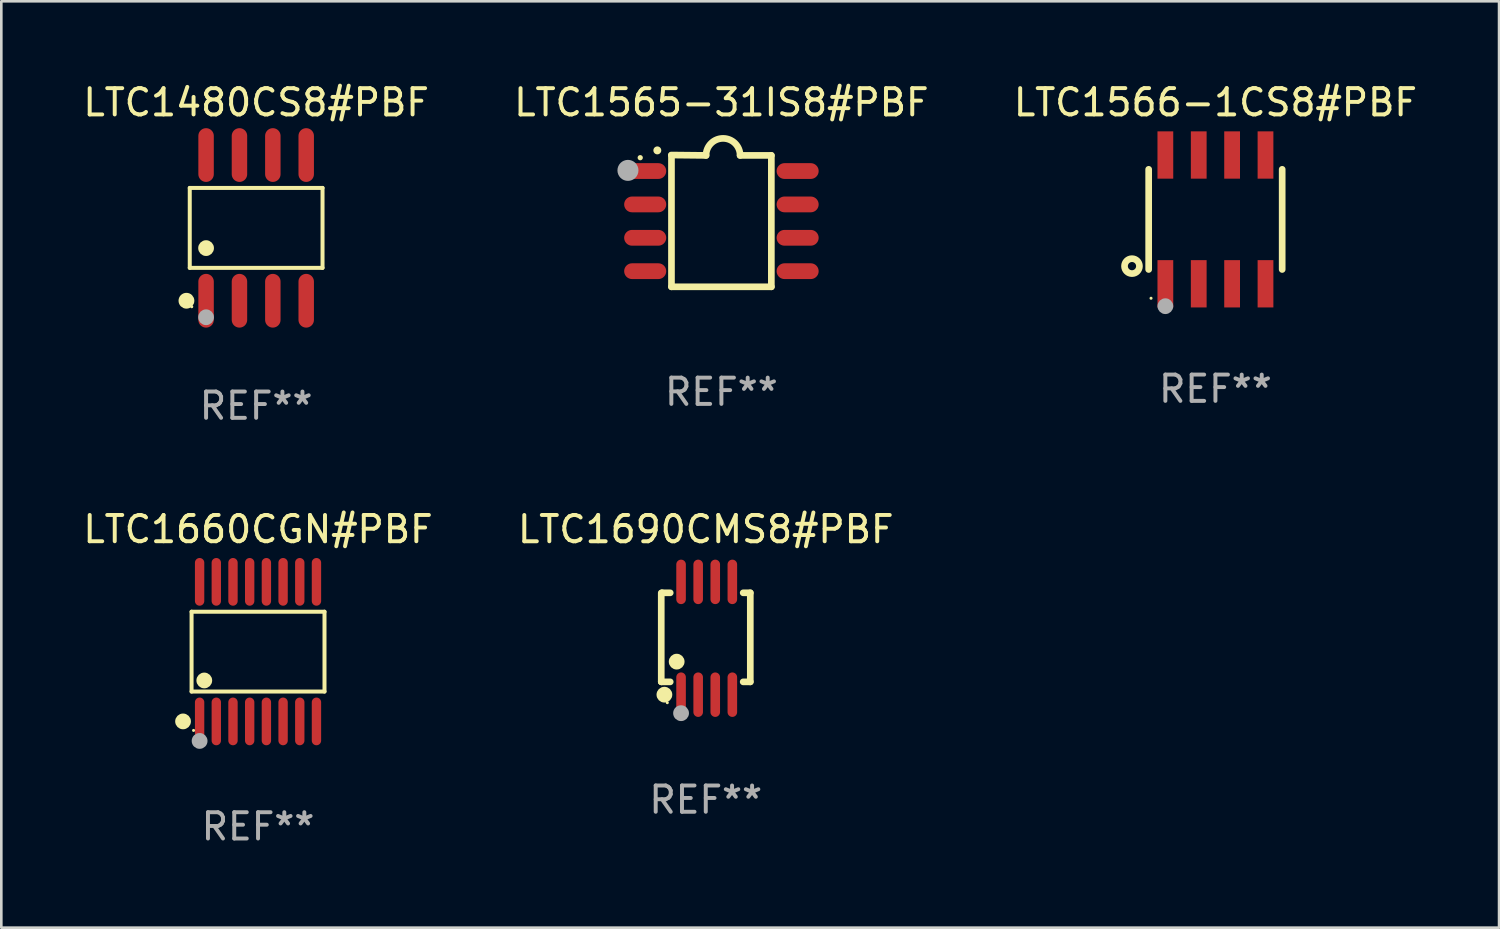
<source format=kicad_pcb>
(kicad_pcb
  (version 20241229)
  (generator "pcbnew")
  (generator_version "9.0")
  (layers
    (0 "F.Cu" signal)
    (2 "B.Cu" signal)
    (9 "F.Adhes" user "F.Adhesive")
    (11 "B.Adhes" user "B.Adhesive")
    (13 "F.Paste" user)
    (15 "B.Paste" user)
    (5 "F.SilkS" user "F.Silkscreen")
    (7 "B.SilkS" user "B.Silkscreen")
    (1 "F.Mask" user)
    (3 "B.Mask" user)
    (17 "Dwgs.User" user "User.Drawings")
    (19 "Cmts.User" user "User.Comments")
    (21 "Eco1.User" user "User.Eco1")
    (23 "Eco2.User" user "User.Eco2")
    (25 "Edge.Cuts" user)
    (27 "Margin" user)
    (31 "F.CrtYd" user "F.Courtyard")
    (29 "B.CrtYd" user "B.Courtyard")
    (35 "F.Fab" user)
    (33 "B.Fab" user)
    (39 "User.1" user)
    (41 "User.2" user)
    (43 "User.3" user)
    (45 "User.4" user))
  (footprint "LTC1480CS8#PBF"
    (layer "F.Cu")
    (at 6.696 5.621)
    (property "Reference" "LTC1480CS8#PBF" (at 0 -4.772 0) (layer "F.SilkS") (effects (font (size 1 1) (thickness 0.15))))
    (attr through_hole)
    (fp_line (start -2.526 -1.521) (end 2.526 -1.521) (stroke (width 0.152) (type solid)) (layer "F.SilkS"))
    (fp_line (start -2.526 1.521) (end -2.526 -1.521) (stroke (width 0.152) (type solid)) (layer "F.SilkS"))
    (fp_line (start 2.526 -1.521) (end 2.526 1.521) (stroke (width 0.152) (type solid)) (layer "F.SilkS"))
    (fp_line (start 2.526 1.521) (end -2.526 1.521) (stroke (width 0.152) (type solid)) (layer "F.SilkS"))
    (fp_circle (center -2.652 2.772) (end -2.501 2.772) (stroke (width 0.3) (type solid)) (fill no) (layer "F.SilkS"))
    (fp_circle (center -2.45 3) (end -2.42 3) (stroke (width 0.06) (type solid)) (fill no) (layer "F.SilkS"))
    (fp_circle (center -1.905 0.769) (end -1.755 0.769) (stroke (width 0.3) (type solid)) (fill no) (layer "F.SilkS"))
    (fp_circle (center -1.905 3.4) (end -1.755 3.4) (stroke (width 0.3) (type solid)) (fill no) (layer "F.Fab"))
    (fp_text user "REF**" (at 0 6.772 0) (layer "F.Fab") (effects (font (size 1 1) (thickness 0.15))))
    (pad "1" smd oval (at -1.905 2.772) (size 0.588 2.045) (layers "F.Cu" "F.Mask" "F.Paste"))
    (pad "2" smd oval (at -0.635 2.772) (size 0.588 2.045) (layers "F.Cu" "F.Mask" "F.Paste"))
    (pad "3" smd oval (at 0.635 2.772) (size 0.588 2.045) (layers "F.Cu" "F.Mask" "F.Paste"))
    (pad "4" smd oval (at 1.905 2.772) (size 0.588 2.045) (layers "F.Cu" "F.Mask" "F.Paste"))
    (pad "5" smd oval (at 1.905 -2.772) (size 0.588 2.045) (layers "F.Cu" "F.Mask" "F.Paste"))
    (pad "6" smd oval (at 0.635 -2.772) (size 0.588 2.045) (layers "F.Cu" "F.Mask" "F.Paste"))
    (pad "7" smd oval (at -0.635 -2.772) (size 0.588 2.045) (layers "F.Cu" "F.Mask" "F.Paste"))
    (pad "8" smd oval (at -1.905 -2.772) (size 0.588 2.045) (layers "F.Cu" "F.Mask" "F.Paste")))
  (footprint "LTC1690CMS8#PBF"
    (layer "F.Cu")
    (at 23.804 21.236)
    (property "Reference" "LTC1690CMS8#PBF" (at 0 -4.146 0) (layer "F.SilkS") (effects (font (size 1 1) (thickness 0.15))))
    (attr through_hole)
    (fp_line (start -1.694 -1.724) (end -1.694 1.652) (stroke (width 0.254) (type solid)) (layer "F.SilkS"))
    (fp_line (start -1.694 1.652) (end -1.688 1.658) (stroke (width 0.254) (type solid)) (layer "F.SilkS"))
    (fp_line (start -1.688 1.658) (end -1.353 1.658) (stroke (width 0.254) (type solid)) (layer "F.SilkS"))
    (fp_line (start -1.661 -1.73) (end -1.681 -1.71) (stroke (width 0.254) (type solid)) (layer "F.SilkS"))
    (fp_line (start -1.353 -1.73) (end -1.661 -1.73) (stroke (width 0.254) (type solid)) (layer "F.SilkS"))
    (fp_line (start 1.424 1.658) (end 1.694 1.658) (stroke (width 0.254) (type solid)) (layer "F.SilkS"))
    (fp_line (start 1.694 -1.73) (end 1.424 -1.73) (stroke (width 0.254) (type solid)) (layer "F.SilkS"))
    (fp_line (start 1.694 1.658) (end 1.694 -1.73) (stroke (width 0.254) (type solid)) (layer "F.SilkS"))
    (fp_circle (center -1.574 2.146) (end -1.424 2.146) (stroke (width 0.3) (type solid)) (fill no) (layer "F.SilkS"))
    (fp_circle (center -1.464 2.45) (end -1.434 2.45) (stroke (width 0.06) (type solid)) (fill no) (layer "F.SilkS"))
    (fp_circle (center -1.107 0.889) (end -0.957 0.889) (stroke (width 0.3) (type solid)) (fill no) (layer "F.SilkS"))
    (fp_circle (center -0.94 2.85) (end -0.789 2.85) (stroke (width 0.3) (type solid)) (fill no) (layer "F.Fab"))
    (fp_text user "REF**" (at 0 6.146 0) (layer "F.Fab") (effects (font (size 1 1) (thickness 0.15))))
    (pad "1" smd oval (at -0.94 2.146) (size 0.364 1.692) (layers "F.Cu" "F.Mask" "F.Paste"))
    (pad "2" smd oval (at -0.289 2.146) (size 0.364 1.692) (layers "F.Cu" "F.Mask" "F.Paste"))
    (pad "3" smd oval (at 0.361 2.146) (size 0.364 1.692) (layers "F.Cu" "F.Mask" "F.Paste"))
    (pad "4" smd oval (at 1.011 2.146) (size 0.364 1.692) (layers "F.Cu" "F.Mask" "F.Paste"))
    (pad "5" smd oval (at 1.011 -2.146) (size 0.364 1.692) (layers "F.Cu" "F.Mask" "F.Paste"))
    (pad "6" smd oval (at 0.361 -2.146) (size 0.364 1.692) (layers "F.Cu" "F.Mask" "F.Paste"))
    (pad "7" smd oval (at -0.289 -2.146) (size 0.364 1.692) (layers "F.Cu" "F.Mask" "F.Paste"))
    (pad "8" smd oval (at -0.94 -2.146) (size 0.364 1.692) (layers "F.Cu" "F.Mask" "F.Paste")))
  (footprint "LTC1660CGN#PBF"
    (layer "F.Cu")
    (at 6.768 21.744)
    (property "Reference" "LTC1660CGN#PBF" (at 0 -4.655 0) (layer "F.SilkS") (effects (font (size 1 1) (thickness 0.15))))
    (attr through_hole)
    (fp_line (start -2.529 -1.519) (end 2.529 -1.519) (stroke (width 0.152) (type solid)) (layer "F.SilkS"))
    (fp_line (start -2.529 1.519) (end -2.529 -1.519) (stroke (width 0.152) (type solid)) (layer "F.SilkS"))
    (fp_line (start 2.529 -1.519) (end 2.529 1.519) (stroke (width 0.152) (type solid)) (layer "F.SilkS"))
    (fp_line (start 2.529 1.519) (end -2.529 1.519) (stroke (width 0.152) (type solid)) (layer "F.SilkS"))
    (fp_circle (center -2.853 2.655) (end -2.703 2.655) (stroke (width 0.3) (type solid)) (fill no) (layer "F.SilkS"))
    (fp_circle (center -2.453 2.998) (end -2.423 2.998) (stroke (width 0.06) (type solid)) (fill no) (layer "F.SilkS"))
    (fp_circle (center -2.045 1.097) (end -1.895 1.097) (stroke (width 0.3) (type solid)) (fill no) (layer "F.SilkS"))
    (fp_circle (center -2.223 3.398) (end -2.072 3.398) (stroke (width 0.3) (type solid)) (fill no) (layer "F.Fab"))
    (fp_text user "REF**" (at 0 6.655 0) (layer "F.Fab") (effects (font (size 1 1) (thickness 0.15))))
    (pad "1" smd oval (at -2.223 2.655) (size 0.356 1.815) (layers "F.Cu" "F.Mask" "F.Paste"))
    (pad "2" smd oval (at -1.588 2.655) (size 0.356 1.815) (layers "F.Cu" "F.Mask" "F.Paste"))
    (pad "3" smd oval (at -0.953 2.655) (size 0.356 1.815) (layers "F.Cu" "F.Mask" "F.Paste"))
    (pad "4" smd oval (at -0.318 2.655) (size 0.356 1.815) (layers "F.Cu" "F.Mask" "F.Paste"))
    (pad "5" smd oval (at 0.318 2.655) (size 0.356 1.815) (layers "F.Cu" "F.Mask" "F.Paste"))
    (pad "6" smd oval (at 0.953 2.655) (size 0.356 1.815) (layers "F.Cu" "F.Mask" "F.Paste"))
    (pad "7" smd oval (at 1.588 2.655) (size 0.356 1.815) (layers "F.Cu" "F.Mask" "F.Paste"))
    (pad "8" smd oval (at 2.223 2.655) (size 0.356 1.815) (layers "F.Cu" "F.Mask" "F.Paste"))
    (pad "9" smd oval (at 2.223 -2.655) (size 0.356 1.815) (layers "F.Cu" "F.Mask" "F.Paste"))
    (pad "10" smd oval (at 1.588 -2.655) (size 0.356 1.815) (layers "F.Cu" "F.Mask" "F.Paste"))
    (pad "11" smd oval (at 0.953 -2.655) (size 0.356 1.815) (layers "F.Cu" "F.Mask" "F.Paste"))
    (pad "12" smd oval (at 0.318 -2.655) (size 0.356 1.815) (layers "F.Cu" "F.Mask" "F.Paste"))
    (pad "13" smd oval (at -0.318 -2.655) (size 0.356 1.815) (layers "F.Cu" "F.Mask" "F.Paste"))
    (pad "14" smd oval (at -0.953 -2.655) (size 0.356 1.815) (layers "F.Cu" "F.Mask" "F.Paste"))
    (pad "15" smd oval (at -1.588 -2.655) (size 0.356 1.815) (layers "F.Cu" "F.Mask" "F.Paste"))
    (pad "16" smd oval (at -2.223 -2.655) (size 0.356 1.815) (layers "F.Cu" "F.Mask" "F.Paste")))
  (footprint "LTC1566-1CS8#PBF"
    (layer "F.Cu")
    (at 43.196 5.298)
    (property "Reference" "LTC1566-1CS8#PBF" (at 0 -4.45 0) (layer "F.SilkS") (effects (font (size 1 1) (thickness 0.15))))
    (attr through_hole)
    (fp_line (start -2.54 -1.905) (end -2.54 1.905) (stroke (width 0.254) (type solid)) (layer "F.SilkS"))
    (fp_line (start 2.54 -1.905) (end 2.54 1.905) (stroke (width 0.254) (type solid)) (layer "F.SilkS"))
    (fp_circle (center -3.175 1.778) (end -2.891 1.778) (stroke (width 0.254) (type solid)) (fill no) (layer "F.SilkS"))
    (fp_circle (center -2.45 3) (end -2.42 3) (stroke (width 0.06) (type solid)) (fill no) (layer "F.SilkS"))
    (fp_circle (center -1.905 3.302) (end -1.755 3.302) (stroke (width 0.3) (type solid)) (fill no) (layer "F.Fab"))
    (fp_text user "REF**" (at 0 6.45 0) (layer "F.Fab") (effects (font (size 1 1) (thickness 0.15))))
    (pad "1" smd rect (at -1.905 2.45) (size 0.6 1.8) (layers "F.Cu" "F.Mask" "F.Paste"))
    (pad "2" smd rect (at -0.635 2.45) (size 0.6 1.8) (layers "F.Cu" "F.Mask" "F.Paste"))
    (pad "3" smd rect (at 0.635 2.45) (size 0.6 1.8) (layers "F.Cu" "F.Mask" "F.Paste"))
    (pad "4" smd rect (at 1.905 2.45) (size 0.6 1.8) (layers "F.Cu" "F.Mask" "F.Paste"))
    (pad "5" smd rect (at 1.905 -2.45 180) (size 0.6 1.8) (layers "F.Cu" "F.Mask" "F.Paste"))
    (pad "6" smd rect (at 0.635 -2.45 180) (size 0.6 1.8) (layers "F.Cu" "F.Mask" "F.Paste"))
    (pad "7" smd rect (at -0.635 -2.45 180) (size 0.6 1.8) (layers "F.Cu" "F.Mask" "F.Paste"))
    (pad "8" smd rect (at -1.905 -2.45 180) (size 0.6 1.8) (layers "F.Cu" "F.Mask" "F.Paste")))
  (footprint "LTC1565-31IS8#PBF"
    (layer "F.Cu")
    (at 24.399 5.356)
    (property "Reference" "LTC1565-31IS8#PBF" (at 0 -4.507 0) (layer "F.SilkS") (effects (font (size 1 1) (thickness 0.15))))
    (attr through_hole)
    (fp_line (start -1.905 -2.507) (end -0.584 -2.493) (stroke (width 0.254) (type solid)) (layer "F.SilkS"))
    (fp_line (start -1.9 2.507) (end -1.9 -2.493) (stroke (width 0.254) (type solid)) (layer "F.SilkS"))
    (fp_line (start -1.9 2.507) (end 1.9 2.507) (stroke (width 0.254) (type solid)) (layer "F.SilkS"))
    (fp_line (start 1.9 -2.493) (end 0.711 -2.493) (stroke (width 0.254) (type solid)) (layer "F.SilkS"))
    (fp_line (start 1.9 2.507) (end 1.9 -2.493) (stroke (width 0.254) (type solid)) (layer "F.SilkS"))
    (fp_arc (start -2.438532 -2.682563) (mid -2.438537 -2.683833) (end -2.438532 -2.685103) (stroke (width 0.3) (type solid)) (layer "F.SilkS"))
    (fp_arc (start -0.584328 -2.492064) (mid 0.063057 -3.139764) (end 0.711074 -2.492697) (stroke (width 0.254001) (type solid)) (layer "F.SilkS"))
    (fp_circle (center -3.089 -2.406) (end -3.039 -2.406) (stroke (width 0.1) (type solid)) (fill no) (layer "F.SilkS"))
    (fp_circle (center -3.556 -1.923) (end -3.356 -1.923) (stroke (width 0.4) (type solid)) (fill no) (layer "F.Fab"))
    (fp_text user "REF**" (at 0 6.507 0) (layer "F.Fab") (effects (font (size 1 1) (thickness 0.15))))
    (pad "1" smd oval (at -2.9 -1.898 90) (size 0.6 1.6) (layers "F.Cu" "F.Mask" "F.Paste"))
    (pad "2" smd oval (at -2.9 -0.628 90) (size 0.6 1.6) (layers "F.Cu" "F.Mask" "F.Paste"))
    (pad "3" smd oval (at -2.9 0.642 90) (size 0.6 1.6) (layers "F.Cu" "F.Mask" "F.Paste"))
    (pad "4" smd oval (at -2.9 1.912 90) (size 0.6 1.6) (layers "F.Cu" "F.Mask" "F.Paste"))
    (pad "5" smd oval (at 2.9 1.912 90) (size 0.6 1.6) (layers "F.Cu" "F.Mask" "F.Paste"))
    (pad "6" smd oval (at 2.9 0.642 90) (size 0.6 1.6) (layers "F.Cu" "F.Mask" "F.Paste"))
    (pad "7" smd oval (at 2.9 -0.628 90) (size 0.6 1.6) (layers "F.Cu" "F.Mask" "F.Paste"))
    (pad "8" smd oval (at 2.9 -1.898 90) (size 0.6 1.6) (layers "F.Cu" "F.Mask" "F.Paste")))
  (gr_rect
    (start -3 -3)
    (end 53.988 32.247)
    (stroke (width 0.1) (type default))
    (fill no)
    (layer "Edge.Cuts")))
</source>
